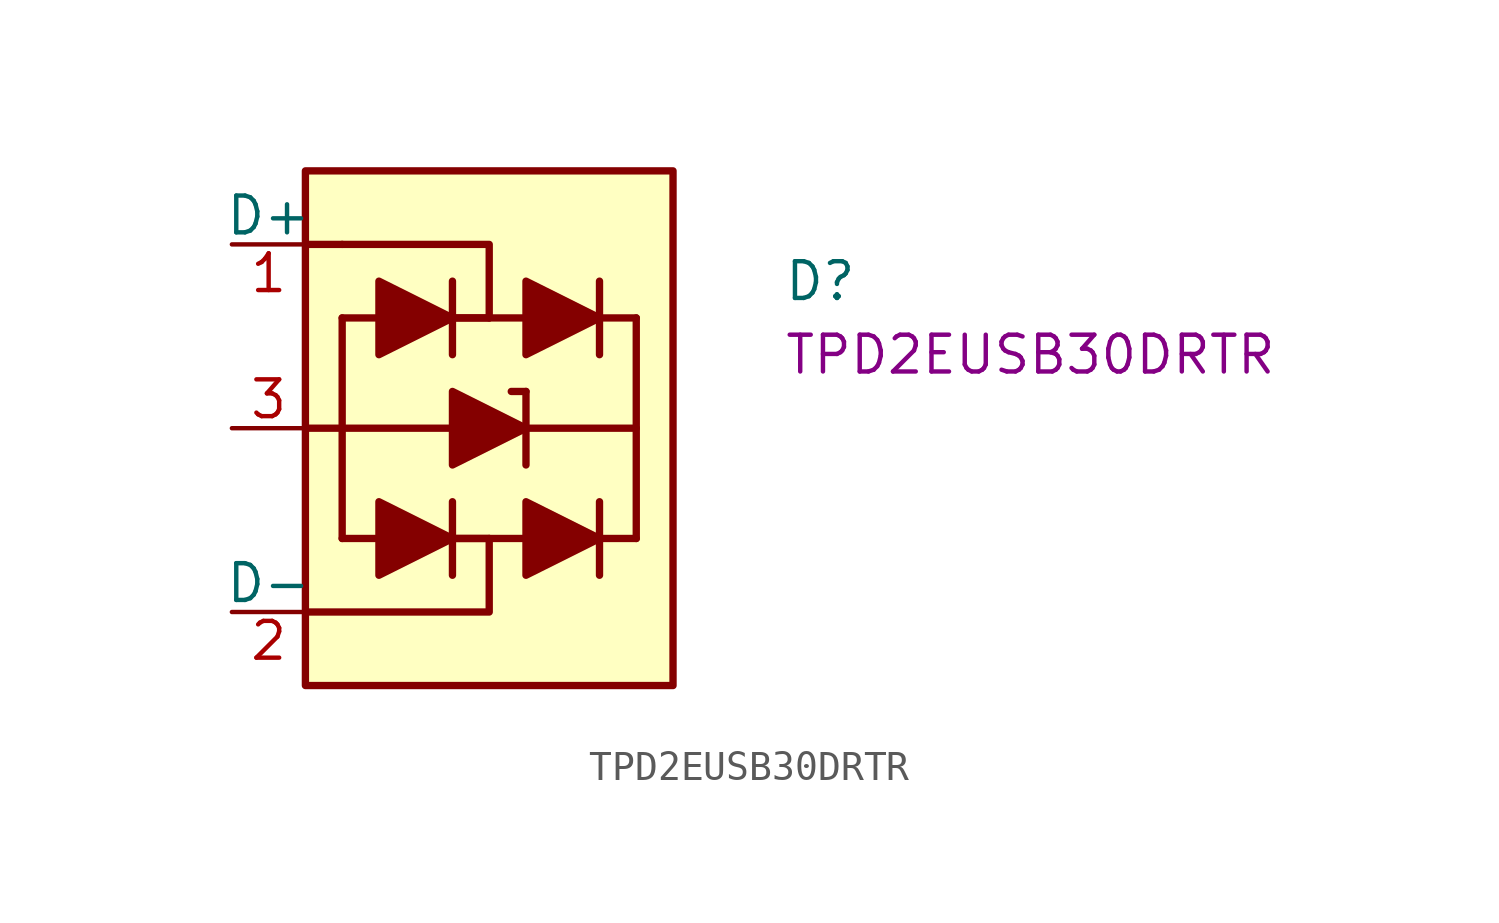
<source format=kicad_sym>
(kicad_symbol_lib
  (version 20220914)
  (generator kicad_symbol_editor)
  (symbol "TPD2EUSB30DRTR"
    (pin_names
      (offset 0))
    (property "Reference" "D"
      (at 19.05 -1.27 0)
      (effects (font (size 1.27 1.27)) (justify left)))
    (property "MPN" "TPD2EUSB30DRTR"
      (at 19.05 -3.81 0)
      (effects (font (size 1.27 1.27)) (justify left)))
    (symbol "TPD2EUSB30DRTR_0_1"
      (polyline (pts (xy 10.16 -5.08) (xy 9.652 -5.08)) (stroke (width 0.254) (type default)) (fill (type none))))
    (symbol "TPD2EUSB30DRTR_1_1"
      (polyline (pts (xy 2.54 -6.35) (xy 7.62 -6.35)) (stroke (width 0.254) (type default)) (fill (type none)))
      (polyline (pts (xy 3.81 -2.54) (xy 3.81 -10.16)) (stroke (width 0.254) (type default)) (fill (type none)))
      (polyline (pts (xy 3.81 0) (xy 2.54 0)) (stroke (width 0.254) (type default)) (fill (type none)))
      (polyline (pts (xy 5.08 -10.16) (xy 3.81 -10.16)) (stroke (width 0.254) (type default)) (fill (type none)))
      (polyline (pts (xy 5.08 -2.54) (xy 3.81 -2.54)) (stroke (width 0.254) (type default)) (fill (type none)))
      (polyline (pts (xy 7.62 -8.89) (xy 7.62 -11.43)) (stroke (width 0.254) (type default)) (fill (type none)))
      (polyline (pts (xy 7.62 -1.27) (xy 7.62 -3.81)) (stroke (width 0.254) (type default)) (fill (type none)))
      (polyline (pts (xy 8.89 -10.16) (xy 7.62 -10.16)) (stroke (width 0.254) (type default)) (fill (type none)))
      (polyline (pts (xy 8.89 -2.54) (xy 7.62 -2.54)) (stroke (width 0.254) (type default)) (fill (type none)))
      (polyline (pts (xy 10.16 -10.16) (xy 6.35 -10.16)) (stroke (width 0.254) (type default)) (fill (type none)))
      (polyline (pts (xy 10.16 -6.35) (xy 13.97 -6.35)) (stroke (width 0.254) (type default)) (fill (type none)))
      (polyline (pts (xy 10.16 -5.08) (xy 10.16 -7.62)) (stroke (width 0.254) (type default)) (fill (type none)))
      (polyline (pts (xy 10.16 -2.54) (xy 6.35 -2.54)) (stroke (width 0.254) (type default)) (fill (type none)))
      (polyline (pts (xy 12.7 -10.16) (xy 13.97 -10.16)) (stroke (width 0.254) (type default)) (fill (type none)))
      (polyline (pts (xy 12.7 -8.89) (xy 12.7 -11.43)) (stroke (width 0.254) (type default)) (fill (type none)))
      (polyline (pts (xy 12.7 -2.54) (xy 13.97 -2.54)) (stroke (width 0.254) (type default)) (fill (type none)))
      (polyline (pts (xy 12.7 -1.27) (xy 12.7 -3.81)) (stroke (width 0.254) (type default)) (fill (type none)))
      (polyline (pts (xy 13.97 -2.54) (xy 13.97 -10.16)) (stroke (width 0.254) (type default)) (fill (type none)))
      (polyline (pts (xy 8.89 -10.16) (xy 8.89 -12.7) (xy 2.54 -12.7)) (stroke (width 0.254) (type default)) (fill (type none)))
      (polyline (pts (xy 8.89 -2.54) (xy 8.89 0) (xy 3.81 0)) (stroke (width 0.254) (type default)) (fill (type none)))
      (polyline (pts (xy 5.08 -8.89) (xy 5.08 -11.43) (xy 7.62 -10.16) (xy 5.08 -8.89)) (stroke (width 0.254) (type default)) (fill (type outline)))
      (polyline (pts (xy 5.08 -1.27) (xy 5.08 -3.81) (xy 7.62 -2.54) (xy 5.08 -1.27)) (stroke (width 0.254) (type default)) (fill (type outline)))
      (polyline (pts (xy 7.62 -5.08) (xy 7.62 -7.62) (xy 10.16 -6.35) (xy 7.62 -5.08)) (stroke (width 0.254) (type default)) (fill (type outline)))
      (polyline (pts (xy 10.16 -8.89) (xy 10.16 -11.43) (xy 12.7 -10.16) (xy 10.16 -8.89)) (stroke (width 0.254) (type default)) (fill (type outline)))
      (polyline (pts (xy 10.16 -1.27) (xy 10.16 -3.81) (xy 12.7 -2.54) (xy 10.16 -1.27)) (stroke (width 0.254) (type default)) (fill (type outline)))
      (rectangle (start 2.54 2.54) (end 15.24 -15.24) (stroke (width 0.254) (type default)) (fill (type background)))
      (pin passive line (at 0 0 0) (length 2.54) (name "D+" (effects (font (size 1.27 1.27)))) (number "1" (effects (font (size 1.27 1.27)))))
      (pin passive line (at 0 -12.7 0) (length 2.54) (name "D-" (effects (font (size 1.27 1.27)))) (number "2" (effects (font (size 1.27 1.27)))))
      (pin power_in line (at 0 -6.35 0) (length 2.54) (name "" (effects (font (size 1.27 1.27)))) (number "3" (effects (font (size 1.27 1.27))))))))
</source>
